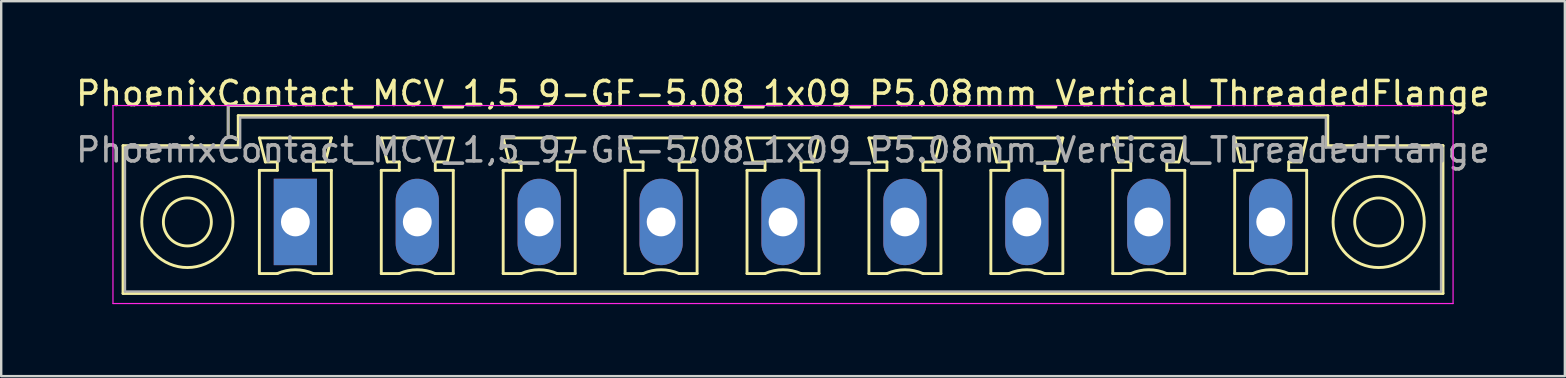
<source format=kicad_pcb>
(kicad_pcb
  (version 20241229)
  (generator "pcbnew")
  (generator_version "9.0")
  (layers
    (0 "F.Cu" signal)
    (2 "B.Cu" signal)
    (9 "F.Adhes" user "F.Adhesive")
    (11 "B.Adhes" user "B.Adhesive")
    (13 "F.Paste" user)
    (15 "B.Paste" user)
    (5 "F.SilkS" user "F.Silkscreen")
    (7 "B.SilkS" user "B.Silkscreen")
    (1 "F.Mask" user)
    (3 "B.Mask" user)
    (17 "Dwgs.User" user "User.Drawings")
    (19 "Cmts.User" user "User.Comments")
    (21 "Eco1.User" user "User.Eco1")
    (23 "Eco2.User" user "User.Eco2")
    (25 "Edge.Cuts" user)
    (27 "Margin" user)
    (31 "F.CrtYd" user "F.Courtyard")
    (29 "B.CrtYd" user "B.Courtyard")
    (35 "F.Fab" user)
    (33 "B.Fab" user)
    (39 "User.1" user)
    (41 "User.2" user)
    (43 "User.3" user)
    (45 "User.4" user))
  (footprint "PhoenixContact_MCV_1,5_9-GF-5.08_1x09_P5.08mm_Vertical_ThreadedFlange"
    (layer "F.Cu")
    (at 9.257 6.198)
    (property "Reference" "PhoenixContact_MCV_1,5_9-GF-5.08_1x09_P5.08mm_Vertical_ThreadedFlange" (at 20.32 -5.35 0) (layer "F.SilkS") (effects (font (size 1 1) (thickness 0.15))))
    (attr through_hole)
    (fp_line (start -7.18 -3.18) (end -7.18 2.98) (stroke (width 0.12) (type solid)) (layer "F.SilkS"))
    (fp_line (start -7.18 2.98) (end 47.82 2.98) (stroke (width 0.12) (type solid)) (layer "F.SilkS"))
    (fp_line (start -2.8 -4.85) (end -0.8 -4.85) (stroke (width 0.12) (type solid)) (layer "F.SilkS"))
    (fp_line (start -2.8 -3.6) (end -2.8 -4.85) (stroke (width 0.12) (type solid)) (layer "F.SilkS"))
    (fp_line (start -2.38 -4.43) (end -2.38 -3.18) (stroke (width 0.12) (type solid)) (layer "F.SilkS"))
    (fp_line (start -2.38 -3.18) (end -7.18 -3.18) (stroke (width 0.12) (type solid)) (layer "F.SilkS"))
    (fp_line (start -1.5 -3.5) (end 1.5 -3.5) (stroke (width 0.12) (type solid)) (layer "F.SilkS"))
    (fp_line (start -1.5 -2.15) (end -0.75 -2.15) (stroke (width 0.12) (type solid)) (layer "F.SilkS"))
    (fp_line (start -1.5 2.15) (end -1.5 -2.15) (stroke (width 0.12) (type solid)) (layer "F.SilkS"))
    (fp_line (start -1.25 -2.5) (end -1.5 -3.5) (stroke (width 0.12) (type solid)) (layer "F.SilkS"))
    (fp_line (start -0.75 -2.5) (end -1.25 -2.5) (stroke (width 0.12) (type solid)) (layer "F.SilkS"))
    (fp_line (start -0.75 -2.15) (end -0.75 -2.5) (stroke (width 0.12) (type solid)) (layer "F.SilkS"))
    (fp_line (start -0.75 2.15) (end -1.5 2.15) (stroke (width 0.12) (type solid)) (layer "F.SilkS"))
    (fp_line (start 0.75 -2.5) (end 0.75 -2.15) (stroke (width 0.12) (type solid)) (layer "F.SilkS"))
    (fp_line (start 0.75 -2.15) (end 1.5 -2.15) (stroke (width 0.12) (type solid)) (layer "F.SilkS"))
    (fp_line (start 1.25 -2.5) (end 0.75 -2.5) (stroke (width 0.12) (type solid)) (layer "F.SilkS"))
    (fp_line (start 1.5 -3.5) (end 1.25 -2.5) (stroke (width 0.12) (type solid)) (layer "F.SilkS"))
    (fp_line (start 1.5 -2.15) (end 1.5 2.15) (stroke (width 0.12) (type solid)) (layer "F.SilkS"))
    (fp_line (start 1.5 2.15) (end 0.75 2.15) (stroke (width 0.12) (type solid)) (layer "F.SilkS"))
    (fp_line (start 3.58 -3.5) (end 6.58 -3.5) (stroke (width 0.12) (type solid)) (layer "F.SilkS"))
    (fp_line (start 3.58 -2.15) (end 4.33 -2.15) (stroke (width 0.12) (type solid)) (layer "F.SilkS"))
    (fp_line (start 3.58 2.15) (end 3.58 -2.15) (stroke (width 0.12) (type solid)) (layer "F.SilkS"))
    (fp_line (start 3.83 -2.5) (end 3.58 -3.5) (stroke (width 0.12) (type solid)) (layer "F.SilkS"))
    (fp_line (start 4.33 -2.5) (end 3.83 -2.5) (stroke (width 0.12) (type solid)) (layer "F.SilkS"))
    (fp_line (start 4.33 -2.15) (end 4.33 -2.5) (stroke (width 0.12) (type solid)) (layer "F.SilkS"))
    (fp_line (start 4.33 2.15) (end 3.58 2.15) (stroke (width 0.12) (type solid)) (layer "F.SilkS"))
    (fp_line (start 5.83 -2.5) (end 5.83 -2.15) (stroke (width 0.12) (type solid)) (layer "F.SilkS"))
    (fp_line (start 5.83 -2.15) (end 6.58 -2.15) (stroke (width 0.12) (type solid)) (layer "F.SilkS"))
    (fp_line (start 6.33 -2.5) (end 5.83 -2.5) (stroke (width 0.12) (type solid)) (layer "F.SilkS"))
    (fp_line (start 6.58 -3.5) (end 6.33 -2.5) (stroke (width 0.12) (type solid)) (layer "F.SilkS"))
    (fp_line (start 6.58 -2.15) (end 6.58 2.15) (stroke (width 0.12) (type solid)) (layer "F.SilkS"))
    (fp_line (start 6.58 2.15) (end 5.83 2.15) (stroke (width 0.12) (type solid)) (layer "F.SilkS"))
    (fp_line (start 8.66 -3.5) (end 11.66 -3.5) (stroke (width 0.12) (type solid)) (layer "F.SilkS"))
    (fp_line (start 8.66 -2.15) (end 9.41 -2.15) (stroke (width 0.12) (type solid)) (layer "F.SilkS"))
    (fp_line (start 8.66 2.15) (end 8.66 -2.15) (stroke (width 0.12) (type solid)) (layer "F.SilkS"))
    (fp_line (start 8.91 -2.5) (end 8.66 -3.5) (stroke (width 0.12) (type solid)) (layer "F.SilkS"))
    (fp_line (start 9.41 -2.5) (end 8.91 -2.5) (stroke (width 0.12) (type solid)) (layer "F.SilkS"))
    (fp_line (start 9.41 -2.15) (end 9.41 -2.5) (stroke (width 0.12) (type solid)) (layer "F.SilkS"))
    (fp_line (start 9.41 2.15) (end 8.66 2.15) (stroke (width 0.12) (type solid)) (layer "F.SilkS"))
    (fp_line (start 10.91 -2.5) (end 10.91 -2.15) (stroke (width 0.12) (type solid)) (layer "F.SilkS"))
    (fp_line (start 10.91 -2.15) (end 11.66 -2.15) (stroke (width 0.12) (type solid)) (layer "F.SilkS"))
    (fp_line (start 11.41 -2.5) (end 10.91 -2.5) (stroke (width 0.12) (type solid)) (layer "F.SilkS"))
    (fp_line (start 11.66 -3.5) (end 11.41 -2.5) (stroke (width 0.12) (type solid)) (layer "F.SilkS"))
    (fp_line (start 11.66 -2.15) (end 11.66 2.15) (stroke (width 0.12) (type solid)) (layer "F.SilkS"))
    (fp_line (start 11.66 2.15) (end 10.91 2.15) (stroke (width 0.12) (type solid)) (layer "F.SilkS"))
    (fp_line (start 13.74 -3.5) (end 16.74 -3.5) (stroke (width 0.12) (type solid)) (layer "F.SilkS"))
    (fp_line (start 13.74 -2.15) (end 14.49 -2.15) (stroke (width 0.12) (type solid)) (layer "F.SilkS"))
    (fp_line (start 13.74 2.15) (end 13.74 -2.15) (stroke (width 0.12) (type solid)) (layer "F.SilkS"))
    (fp_line (start 13.99 -2.5) (end 13.74 -3.5) (stroke (width 0.12) (type solid)) (layer "F.SilkS"))
    (fp_line (start 14.49 -2.5) (end 13.99 -2.5) (stroke (width 0.12) (type solid)) (layer "F.SilkS"))
    (fp_line (start 14.49 -2.15) (end 14.49 -2.5) (stroke (width 0.12) (type solid)) (layer "F.SilkS"))
    (fp_line (start 14.49 2.15) (end 13.74 2.15) (stroke (width 0.12) (type solid)) (layer "F.SilkS"))
    (fp_line (start 15.99 -2.5) (end 15.99 -2.15) (stroke (width 0.12) (type solid)) (layer "F.SilkS"))
    (fp_line (start 15.99 -2.15) (end 16.74 -2.15) (stroke (width 0.12) (type solid)) (layer "F.SilkS"))
    (fp_line (start 16.49 -2.5) (end 15.99 -2.5) (stroke (width 0.12) (type solid)) (layer "F.SilkS"))
    (fp_line (start 16.74 -3.5) (end 16.49 -2.5) (stroke (width 0.12) (type solid)) (layer "F.SilkS"))
    (fp_line (start 16.74 -2.15) (end 16.74 2.15) (stroke (width 0.12) (type solid)) (layer "F.SilkS"))
    (fp_line (start 16.74 2.15) (end 15.99 2.15) (stroke (width 0.12) (type solid)) (layer "F.SilkS"))
    (fp_line (start 18.82 -3.5) (end 21.82 -3.5) (stroke (width 0.12) (type solid)) (layer "F.SilkS"))
    (fp_line (start 18.82 -2.15) (end 19.57 -2.15) (stroke (width 0.12) (type solid)) (layer "F.SilkS"))
    (fp_line (start 18.82 2.15) (end 18.82 -2.15) (stroke (width 0.12) (type solid)) (layer "F.SilkS"))
    (fp_line (start 19.07 -2.5) (end 18.82 -3.5) (stroke (width 0.12) (type solid)) (layer "F.SilkS"))
    (fp_line (start 19.57 -2.5) (end 19.07 -2.5) (stroke (width 0.12) (type solid)) (layer "F.SilkS"))
    (fp_line (start 19.57 -2.15) (end 19.57 -2.5) (stroke (width 0.12) (type solid)) (layer "F.SilkS"))
    (fp_line (start 19.57 2.15) (end 18.82 2.15) (stroke (width 0.12) (type solid)) (layer "F.SilkS"))
    (fp_line (start 21.07 -2.5) (end 21.07 -2.15) (stroke (width 0.12) (type solid)) (layer "F.SilkS"))
    (fp_line (start 21.07 -2.15) (end 21.82 -2.15) (stroke (width 0.12) (type solid)) (layer "F.SilkS"))
    (fp_line (start 21.57 -2.5) (end 21.07 -2.5) (stroke (width 0.12) (type solid)) (layer "F.SilkS"))
    (fp_line (start 21.82 -3.5) (end 21.57 -2.5) (stroke (width 0.12) (type solid)) (layer "F.SilkS"))
    (fp_line (start 21.82 -2.15) (end 21.82 2.15) (stroke (width 0.12) (type solid)) (layer "F.SilkS"))
    (fp_line (start 21.82 2.15) (end 21.07 2.15) (stroke (width 0.12) (type solid)) (layer "F.SilkS"))
    (fp_line (start 23.9 -3.5) (end 26.9 -3.5) (stroke (width 0.12) (type solid)) (layer "F.SilkS"))
    (fp_line (start 23.9 -2.15) (end 24.65 -2.15) (stroke (width 0.12) (type solid)) (layer "F.SilkS"))
    (fp_line (start 23.9 2.15) (end 23.9 -2.15) (stroke (width 0.12) (type solid)) (layer "F.SilkS"))
    (fp_line (start 24.15 -2.5) (end 23.9 -3.5) (stroke (width 0.12) (type solid)) (layer "F.SilkS"))
    (fp_line (start 24.65 -2.5) (end 24.15 -2.5) (stroke (width 0.12) (type solid)) (layer "F.SilkS"))
    (fp_line (start 24.65 -2.15) (end 24.65 -2.5) (stroke (width 0.12) (type solid)) (layer "F.SilkS"))
    (fp_line (start 24.65 2.15) (end 23.9 2.15) (stroke (width 0.12) (type solid)) (layer "F.SilkS"))
    (fp_line (start 26.15 -2.5) (end 26.15 -2.15) (stroke (width 0.12) (type solid)) (layer "F.SilkS"))
    (fp_line (start 26.15 -2.15) (end 26.9 -2.15) (stroke (width 0.12) (type solid)) (layer "F.SilkS"))
    (fp_line (start 26.65 -2.5) (end 26.15 -2.5) (stroke (width 0.12) (type solid)) (layer "F.SilkS"))
    (fp_line (start 26.9 -3.5) (end 26.65 -2.5) (stroke (width 0.12) (type solid)) (layer "F.SilkS"))
    (fp_line (start 26.9 -2.15) (end 26.9 2.15) (stroke (width 0.12) (type solid)) (layer "F.SilkS"))
    (fp_line (start 26.9 2.15) (end 26.15 2.15) (stroke (width 0.12) (type solid)) (layer "F.SilkS"))
    (fp_line (start 28.98 -3.5) (end 31.98 -3.5) (stroke (width 0.12) (type solid)) (layer "F.SilkS"))
    (fp_line (start 28.98 -2.15) (end 29.73 -2.15) (stroke (width 0.12) (type solid)) (layer "F.SilkS"))
    (fp_line (start 28.98 2.15) (end 28.98 -2.15) (stroke (width 0.12) (type solid)) (layer "F.SilkS"))
    (fp_line (start 29.23 -2.5) (end 28.98 -3.5) (stroke (width 0.12) (type solid)) (layer "F.SilkS"))
    (fp_line (start 29.73 -2.5) (end 29.23 -2.5) (stroke (width 0.12) (type solid)) (layer "F.SilkS"))
    (fp_line (start 29.73 -2.15) (end 29.73 -2.5) (stroke (width 0.12) (type solid)) (layer "F.SilkS"))
    (fp_line (start 29.73 2.15) (end 28.98 2.15) (stroke (width 0.12) (type solid)) (layer "F.SilkS"))
    (fp_line (start 31.23 -2.5) (end 31.23 -2.15) (stroke (width 0.12) (type solid)) (layer "F.SilkS"))
    (fp_line (start 31.23 -2.15) (end 31.98 -2.15) (stroke (width 0.12) (type solid)) (layer "F.SilkS"))
    (fp_line (start 31.73 -2.5) (end 31.23 -2.5) (stroke (width 0.12) (type solid)) (layer "F.SilkS"))
    (fp_line (start 31.98 -3.5) (end 31.73 -2.5) (stroke (width 0.12) (type solid)) (layer "F.SilkS"))
    (fp_line (start 31.98 -2.15) (end 31.98 2.15) (stroke (width 0.12) (type solid)) (layer "F.SilkS"))
    (fp_line (start 31.98 2.15) (end 31.23 2.15) (stroke (width 0.12) (type solid)) (layer "F.SilkS"))
    (fp_line (start 34.06 -3.5) (end 37.06 -3.5) (stroke (width 0.12) (type solid)) (layer "F.SilkS"))
    (fp_line (start 34.06 -2.15) (end 34.81 -2.15) (stroke (width 0.12) (type solid)) (layer "F.SilkS"))
    (fp_line (start 34.06 2.15) (end 34.06 -2.15) (stroke (width 0.12) (type solid)) (layer "F.SilkS"))
    (fp_line (start 34.31 -2.5) (end 34.06 -3.5) (stroke (width 0.12) (type solid)) (layer "F.SilkS"))
    (fp_line (start 34.81 -2.5) (end 34.31 -2.5) (stroke (width 0.12) (type solid)) (layer "F.SilkS"))
    (fp_line (start 34.81 -2.15) (end 34.81 -2.5) (stroke (width 0.12) (type solid)) (layer "F.SilkS"))
    (fp_line (start 34.81 2.15) (end 34.06 2.15) (stroke (width 0.12) (type solid)) (layer "F.SilkS"))
    (fp_line (start 36.31 -2.5) (end 36.31 -2.15) (stroke (width 0.12) (type solid)) (layer "F.SilkS"))
    (fp_line (start 36.31 -2.15) (end 37.06 -2.15) (stroke (width 0.12) (type solid)) (layer "F.SilkS"))
    (fp_line (start 36.81 -2.5) (end 36.31 -2.5) (stroke (width 0.12) (type solid)) (layer "F.SilkS"))
    (fp_line (start 37.06 -3.5) (end 36.81 -2.5) (stroke (width 0.12) (type solid)) (layer "F.SilkS"))
    (fp_line (start 37.06 -2.15) (end 37.06 2.15) (stroke (width 0.12) (type solid)) (layer "F.SilkS"))
    (fp_line (start 37.06 2.15) (end 36.31 2.15) (stroke (width 0.12) (type solid)) (layer "F.SilkS"))
    (fp_line (start 39.14 -3.5) (end 42.14 -3.5) (stroke (width 0.12) (type solid)) (layer "F.SilkS"))
    (fp_line (start 39.14 -2.15) (end 39.89 -2.15) (stroke (width 0.12) (type solid)) (layer "F.SilkS"))
    (fp_line (start 39.14 2.15) (end 39.14 -2.15) (stroke (width 0.12) (type solid)) (layer "F.SilkS"))
    (fp_line (start 39.39 -2.5) (end 39.14 -3.5) (stroke (width 0.12) (type solid)) (layer "F.SilkS"))
    (fp_line (start 39.89 -2.5) (end 39.39 -2.5) (stroke (width 0.12) (type solid)) (layer "F.SilkS"))
    (fp_line (start 39.89 -2.15) (end 39.89 -2.5) (stroke (width 0.12) (type solid)) (layer "F.SilkS"))
    (fp_line (start 39.89 2.15) (end 39.14 2.15) (stroke (width 0.12) (type solid)) (layer "F.SilkS"))
    (fp_line (start 41.39 -2.5) (end 41.39 -2.15) (stroke (width 0.12) (type solid)) (layer "F.SilkS"))
    (fp_line (start 41.39 -2.15) (end 42.14 -2.15) (stroke (width 0.12) (type solid)) (layer "F.SilkS"))
    (fp_line (start 41.89 -2.5) (end 41.39 -2.5) (stroke (width 0.12) (type solid)) (layer "F.SilkS"))
    (fp_line (start 42.14 -3.5) (end 41.89 -2.5) (stroke (width 0.12) (type solid)) (layer "F.SilkS"))
    (fp_line (start 42.14 -2.15) (end 42.14 2.15) (stroke (width 0.12) (type solid)) (layer "F.SilkS"))
    (fp_line (start 42.14 2.15) (end 41.39 2.15) (stroke (width 0.12) (type solid)) (layer "F.SilkS"))
    (fp_line (start 43.02 -4.43) (end -2.38 -4.43) (stroke (width 0.12) (type solid)) (layer "F.SilkS"))
    (fp_line (start 43.02 -3.18) (end 43.02 -4.43) (stroke (width 0.12) (type solid)) (layer "F.SilkS"))
    (fp_line (start 47.82 -3.18) (end 43.02 -3.18) (stroke (width 0.12) (type solid)) (layer "F.SilkS"))
    (fp_line (start 47.82 2.98) (end 47.82 -3.18) (stroke (width 0.12) (type solid)) (layer "F.SilkS"))
    (fp_arc (start -0.75 2.15) (mid -0.000193 1.99191) (end 0.749647 2.149844) (stroke (width 0.12) (type solid)) (layer "F.SilkS"))
    (fp_arc (start 4.33 2.15) (mid 5.079807 1.99191) (end 5.829647 2.149844) (stroke (width 0.12) (type solid)) (layer "F.SilkS"))
    (fp_arc (start 9.41 2.15) (mid 10.159807 1.99191) (end 10.909647 2.149844) (stroke (width 0.12) (type solid)) (layer "F.SilkS"))
    (fp_arc (start 14.49 2.15) (mid 15.239807 1.99191) (end 15.989647 2.149844) (stroke (width 0.12) (type solid)) (layer "F.SilkS"))
    (fp_arc (start 19.57 2.15) (mid 20.319807 1.99191) (end 21.069647 2.149844) (stroke (width 0.12) (type solid)) (layer "F.SilkS"))
    (fp_arc (start 24.65 2.15) (mid 25.399807 1.99191) (end 26.149647 2.149844) (stroke (width 0.12) (type solid)) (layer "F.SilkS"))
    (fp_arc (start 29.73 2.15) (mid 30.479807 1.99191) (end 31.229647 2.149844) (stroke (width 0.12) (type solid)) (layer "F.SilkS"))
    (fp_arc (start 34.81 2.15) (mid 35.559807 1.99191) (end 36.309647 2.149844) (stroke (width 0.12) (type solid)) (layer "F.SilkS"))
    (fp_arc (start 39.89 2.15) (mid 40.639807 1.99191) (end 41.389647 2.149844) (stroke (width 0.12) (type solid)) (layer "F.SilkS"))
    (fp_circle (center -4.5 0) (end -3.5 0) (stroke (width 0.12) (type solid)) (fill no) (layer "F.SilkS"))
    (fp_circle (center -4.5 0) (end -2.6 0) (stroke (width 0.12) (type solid)) (fill no) (layer "F.SilkS"))
    (fp_circle (center 45.14 0) (end 46.14 0) (stroke (width 0.12) (type solid)) (fill no) (layer "F.SilkS"))
    (fp_circle (center 45.14 0) (end 47.04 0) (stroke (width 0.12) (type solid)) (fill no) (layer "F.SilkS"))
    (fp_line (start -7.6 -4.85) (end -7.6 3.4) (stroke (width 0.05) (type solid)) (layer "F.CrtYd"))
    (fp_line (start -7.6 3.4) (end 48.24 3.4) (stroke (width 0.05) (type solid)) (layer "F.CrtYd"))
    (fp_line (start 48.24 -4.85) (end -7.6 -4.85) (stroke (width 0.05) (type solid)) (layer "F.CrtYd"))
    (fp_line (start 48.24 3.4) (end 48.24 -4.85) (stroke (width 0.05) (type solid)) (layer "F.CrtYd"))
    (fp_line (start -7.1 -3.1) (end -7.1 2.9) (stroke (width 0.1) (type solid)) (layer "F.Fab"))
    (fp_line (start -7.1 2.9) (end 47.74 2.9) (stroke (width 0.1) (type solid)) (layer "F.Fab"))
    (fp_line (start -2.8 -4.85) (end -0.8 -4.85) (stroke (width 0.1) (type solid)) (layer "F.Fab"))
    (fp_line (start -2.8 -3.6) (end -2.8 -4.85) (stroke (width 0.1) (type solid)) (layer "F.Fab"))
    (fp_line (start -2.3 -4.35) (end -2.3 -3.1) (stroke (width 0.1) (type solid)) (layer "F.Fab"))
    (fp_line (start -2.3 -3.1) (end -7.1 -3.1) (stroke (width 0.1) (type solid)) (layer "F.Fab"))
    (fp_line (start 42.94 -4.35) (end -2.3 -4.35) (stroke (width 0.1) (type solid)) (layer "F.Fab"))
    (fp_line (start 42.94 -3.1) (end 42.94 -4.35) (stroke (width 0.1) (type solid)) (layer "F.Fab"))
    (fp_line (start 47.74 -3.1) (end 42.94 -3.1) (stroke (width 0.1) (type solid)) (layer "F.Fab"))
    (fp_line (start 47.74 2.9) (end 47.74 -3.1) (stroke (width 0.1) (type solid)) (layer "F.Fab"))
    (fp_text user "${REFERENCE}" (at 20.32 -3 0) (layer "F.Fab") (effects (font (size 1 1) (thickness 0.15))))
    (pad "1" thru_hole rect (at 0 0) (size 1.8 3.6) (drill 1.2) (layers "*.Cu" "*.Mask"))
    (pad "2" thru_hole oval (at 5.08 0) (size 1.8 3.6) (drill 1.2) (layers "*.Cu" "*.Mask"))
    (pad "3" thru_hole oval (at 10.16 0) (size 1.8 3.6) (drill 1.2) (layers "*.Cu" "*.Mask"))
    (pad "4" thru_hole oval (at 15.24 0) (size 1.8 3.6) (drill 1.2) (layers "*.Cu" "*.Mask"))
    (pad "5" thru_hole oval (at 20.32 0) (size 1.8 3.6) (drill 1.2) (layers "*.Cu" "*.Mask"))
    (pad "6" thru_hole oval (at 25.4 0) (size 1.8 3.6) (drill 1.2) (layers "*.Cu" "*.Mask"))
    (pad "7" thru_hole oval (at 30.48 0) (size 1.8 3.6) (drill 1.2) (layers "*.Cu" "*.Mask"))
    (pad "8" thru_hole oval (at 35.56 0) (size 1.8 3.6) (drill 1.2) (layers "*.Cu" "*.Mask"))
    (pad "9" thru_hole oval (at 40.64 0) (size 1.8 3.6) (drill 1.2) (layers "*.Cu" "*.Mask")))
  (gr_rect
    (start -3 -3)
    (end 62.155 12.623)
    (stroke (width 0.1) (type default))
    (fill no)
    (layer "Edge.Cuts")))
</source>
